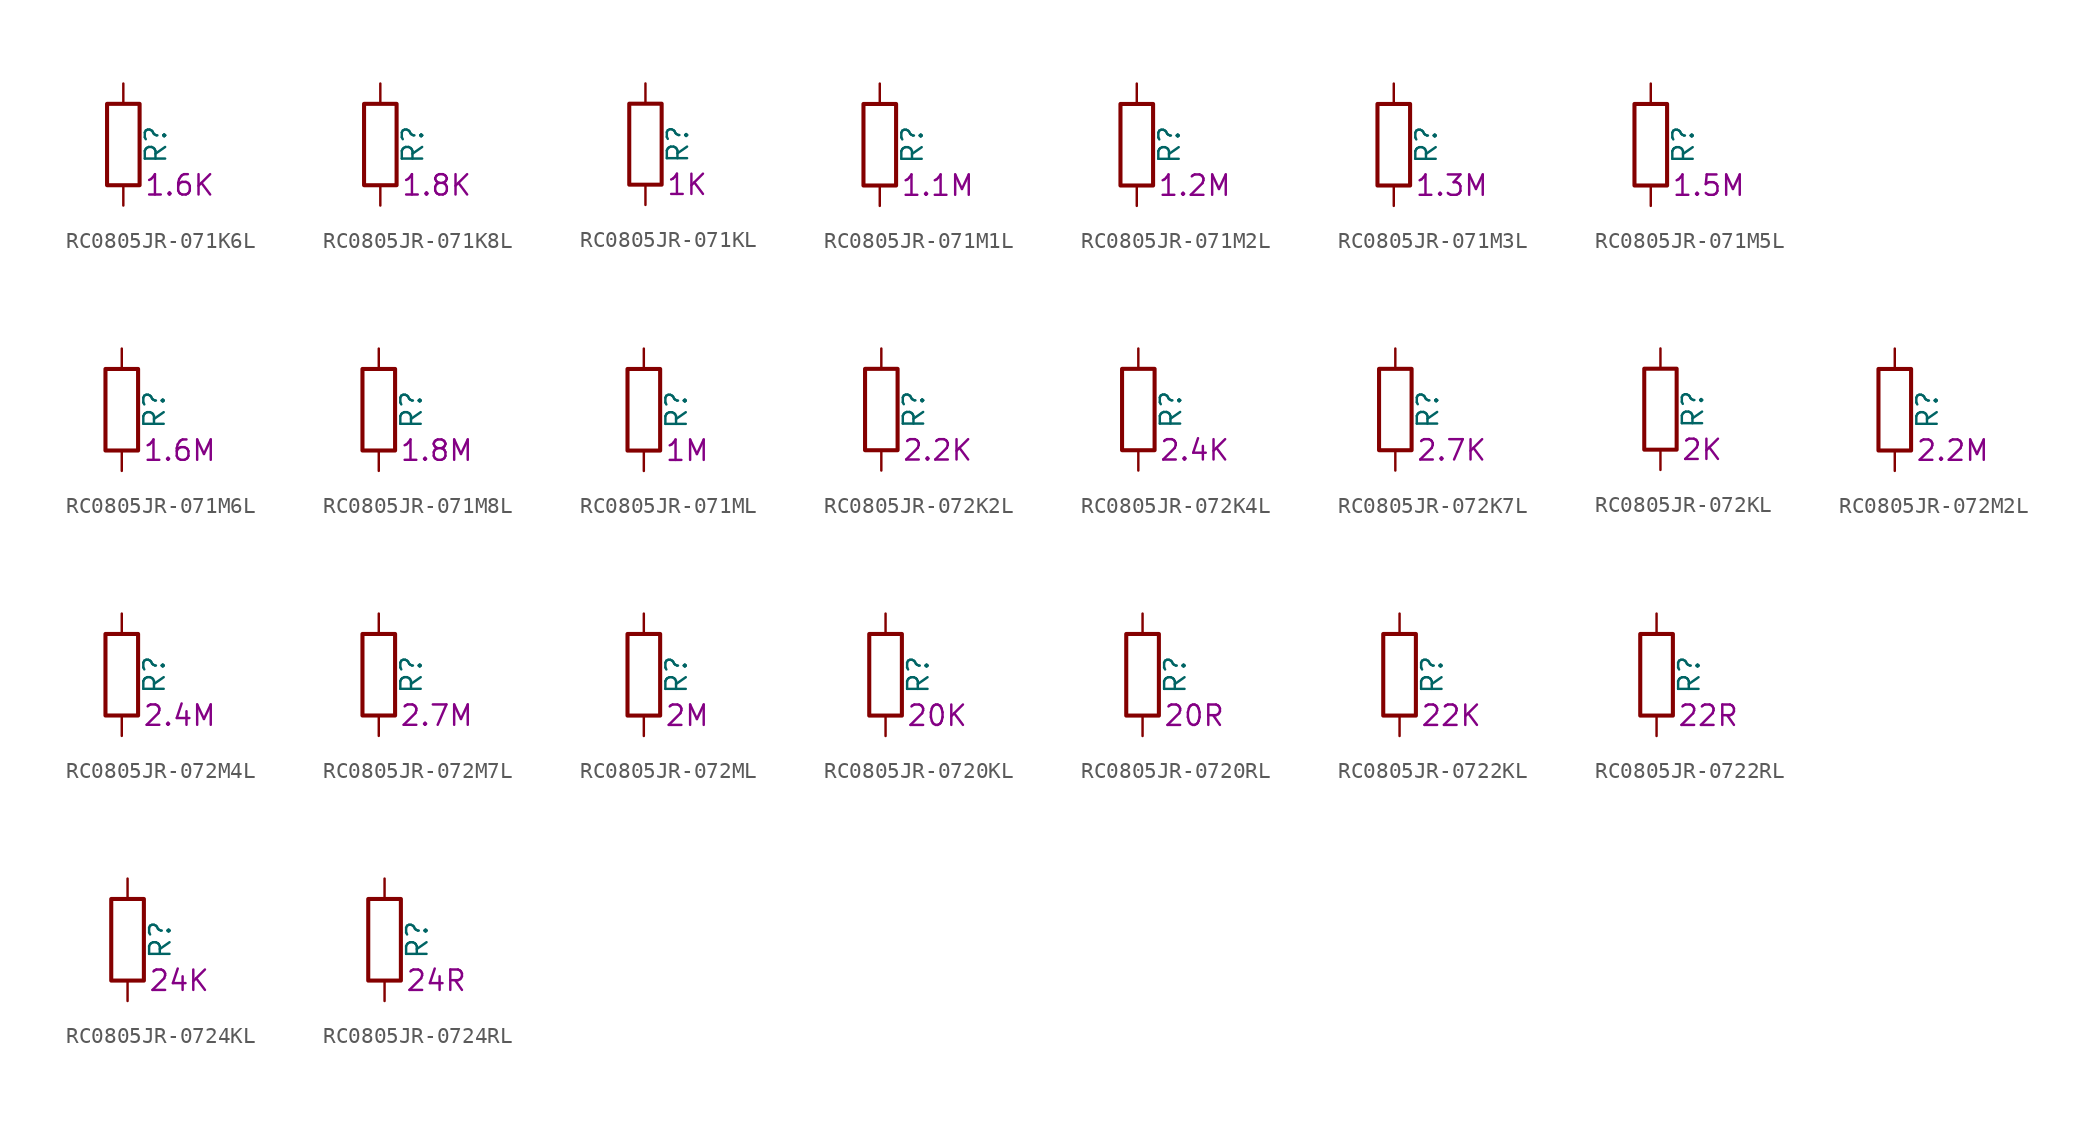
<source format=kicad_sym>
(kicad_symbol_lib
  (version 20220914)
  (generator kicad_symbol_editor)
  (symbol "RC0805JR-071K6L"
    (pin_numbers hide)
    (pin_names
      (offset 0))
    (property "Reference" "R"
      (at 2.032 0 90)
      (effects (font (size 1.27 1.27))))
    (property "Resistance" "1.6K"
      (at 1.27 -2.54 0)
      (effects (font (size 1.27 1.27)) (justify left)))
    (symbol "RC0805JR-071K6L_0_1"
      (rectangle (start -1.016 -2.54) (end 1.016 2.54) (stroke (width 0.254) (type default)) (fill (type none))))
    (symbol "RC0805JR-071K6L_1_1"
      (pin passive line (at 0 3.81 270) (length 1.27) (name "~" (effects (font (size 1.27 1.27)))) (number "1" (effects (font (size 1.27 1.27)))))
      (pin passive line (at 0 -3.81 90) (length 1.27) (name "~" (effects (font (size 1.27 1.27)))) (number "2" (effects (font (size 1.27 1.27)))))))
  (symbol "RC0805JR-071K8L"
    (pin_numbers hide)
    (pin_names
      (offset 0))
    (property "Reference" "R"
      (at 2.032 0 90)
      (effects (font (size 1.27 1.27))))
    (property "Resistance" "1.8K"
      (at 1.27 -2.54 0)
      (effects (font (size 1.27 1.27)) (justify left)))
    (symbol "RC0805JR-071K8L_0_1"
      (rectangle (start -1.016 -2.54) (end 1.016 2.54) (stroke (width 0.254) (type default)) (fill (type none))))
    (symbol "RC0805JR-071K8L_1_1"
      (pin passive line (at 0 3.81 270) (length 1.27) (name "~" (effects (font (size 1.27 1.27)))) (number "1" (effects (font (size 1.27 1.27)))))
      (pin passive line (at 0 -3.81 90) (length 1.27) (name "~" (effects (font (size 1.27 1.27)))) (number "2" (effects (font (size 1.27 1.27)))))))
  (symbol "RC0805JR-071KL"
    (pin_numbers hide)
    (pin_names
      (offset 0))
    (property "Reference" "R"
      (at 2.032 0 90)
      (effects (font (size 1.27 1.27))))
    (property "Resistance" "1K"
      (at 1.27 -2.54 0)
      (effects (font (size 1.27 1.27)) (justify left)))
    (symbol "RC0805JR-071KL_0_1"
      (rectangle (start -1.016 -2.54) (end 1.016 2.54) (stroke (width 0.254) (type default)) (fill (type none))))
    (symbol "RC0805JR-071KL_1_1"
      (pin passive line (at 0 3.81 270) (length 1.27) (name "~" (effects (font (size 1.27 1.27)))) (number "1" (effects (font (size 1.27 1.27)))))
      (pin passive line (at 0 -3.81 90) (length 1.27) (name "~" (effects (font (size 1.27 1.27)))) (number "2" (effects (font (size 1.27 1.27)))))))
  (symbol "RC0805JR-071M1L"
    (pin_numbers hide)
    (pin_names
      (offset 0))
    (property "Reference" "R"
      (at 2.032 0 90)
      (effects (font (size 1.27 1.27))))
    (property "Resistance" "1.1M"
      (at 1.27 -2.54 0)
      (effects (font (size 1.27 1.27)) (justify left)))
    (symbol "RC0805JR-071M1L_0_1"
      (rectangle (start -1.016 -2.54) (end 1.016 2.54) (stroke (width 0.254) (type default)) (fill (type none))))
    (symbol "RC0805JR-071M1L_1_1"
      (pin passive line (at 0 3.81 270) (length 1.27) (name "~" (effects (font (size 1.27 1.27)))) (number "1" (effects (font (size 1.27 1.27)))))
      (pin passive line (at 0 -3.81 90) (length 1.27) (name "~" (effects (font (size 1.27 1.27)))) (number "2" (effects (font (size 1.27 1.27)))))))
  (symbol "RC0805JR-071M2L"
    (pin_numbers hide)
    (pin_names
      (offset 0))
    (property "Reference" "R"
      (at 2.032 0 90)
      (effects (font (size 1.27 1.27))))
    (property "Resistance" "1.2M"
      (at 1.27 -2.54 0)
      (effects (font (size 1.27 1.27)) (justify left)))
    (symbol "RC0805JR-071M2L_0_1"
      (rectangle (start -1.016 -2.54) (end 1.016 2.54) (stroke (width 0.254) (type default)) (fill (type none))))
    (symbol "RC0805JR-071M2L_1_1"
      (pin passive line (at 0 3.81 270) (length 1.27) (name "~" (effects (font (size 1.27 1.27)))) (number "1" (effects (font (size 1.27 1.27)))))
      (pin passive line (at 0 -3.81 90) (length 1.27) (name "~" (effects (font (size 1.27 1.27)))) (number "2" (effects (font (size 1.27 1.27)))))))
  (symbol "RC0805JR-071M3L"
    (pin_numbers hide)
    (pin_names
      (offset 0))
    (property "Reference" "R"
      (at 2.032 0 90)
      (effects (font (size 1.27 1.27))))
    (property "Resistance" "1.3M"
      (at 1.27 -2.54 0)
      (effects (font (size 1.27 1.27)) (justify left)))
    (symbol "RC0805JR-071M3L_0_1"
      (rectangle (start -1.016 -2.54) (end 1.016 2.54) (stroke (width 0.254) (type default)) (fill (type none))))
    (symbol "RC0805JR-071M3L_1_1"
      (pin passive line (at 0 3.81 270) (length 1.27) (name "~" (effects (font (size 1.27 1.27)))) (number "1" (effects (font (size 1.27 1.27)))))
      (pin passive line (at 0 -3.81 90) (length 1.27) (name "~" (effects (font (size 1.27 1.27)))) (number "2" (effects (font (size 1.27 1.27)))))))
  (symbol "RC0805JR-071M5L"
    (pin_numbers hide)
    (pin_names
      (offset 0))
    (property "Reference" "R"
      (at 2.032 0 90)
      (effects (font (size 1.27 1.27))))
    (property "Resistance" "1.5M"
      (at 1.27 -2.54 0)
      (effects (font (size 1.27 1.27)) (justify left)))
    (symbol "RC0805JR-071M5L_0_1"
      (rectangle (start -1.016 -2.54) (end 1.016 2.54) (stroke (width 0.254) (type default)) (fill (type none))))
    (symbol "RC0805JR-071M5L_1_1"
      (pin passive line (at 0 3.81 270) (length 1.27) (name "~" (effects (font (size 1.27 1.27)))) (number "1" (effects (font (size 1.27 1.27)))))
      (pin passive line (at 0 -3.81 90) (length 1.27) (name "~" (effects (font (size 1.27 1.27)))) (number "2" (effects (font (size 1.27 1.27)))))))
  (symbol "RC0805JR-071M6L"
    (pin_numbers hide)
    (pin_names
      (offset 0))
    (property "Reference" "R"
      (at 2.032 0 90)
      (effects (font (size 1.27 1.27))))
    (property "Resistance" "1.6M"
      (at 1.27 -2.54 0)
      (effects (font (size 1.27 1.27)) (justify left)))
    (symbol "RC0805JR-071M6L_0_1"
      (rectangle (start -1.016 -2.54) (end 1.016 2.54) (stroke (width 0.254) (type default)) (fill (type none))))
    (symbol "RC0805JR-071M6L_1_1"
      (pin passive line (at 0 3.81 270) (length 1.27) (name "~" (effects (font (size 1.27 1.27)))) (number "1" (effects (font (size 1.27 1.27)))))
      (pin passive line (at 0 -3.81 90) (length 1.27) (name "~" (effects (font (size 1.27 1.27)))) (number "2" (effects (font (size 1.27 1.27)))))))
  (symbol "RC0805JR-071M8L"
    (pin_numbers hide)
    (pin_names
      (offset 0))
    (property "Reference" "R"
      (at 2.032 0 90)
      (effects (font (size 1.27 1.27))))
    (property "Resistance" "1.8M"
      (at 1.27 -2.54 0)
      (effects (font (size 1.27 1.27)) (justify left)))
    (symbol "RC0805JR-071M8L_0_1"
      (rectangle (start -1.016 -2.54) (end 1.016 2.54) (stroke (width 0.254) (type default)) (fill (type none))))
    (symbol "RC0805JR-071M8L_1_1"
      (pin passive line (at 0 3.81 270) (length 1.27) (name "~" (effects (font (size 1.27 1.27)))) (number "1" (effects (font (size 1.27 1.27)))))
      (pin passive line (at 0 -3.81 90) (length 1.27) (name "~" (effects (font (size 1.27 1.27)))) (number "2" (effects (font (size 1.27 1.27)))))))
  (symbol "RC0805JR-071ML"
    (pin_numbers hide)
    (pin_names
      (offset 0))
    (property "Reference" "R"
      (at 2.032 0 90)
      (effects (font (size 1.27 1.27))))
    (property "Resistance" "1M"
      (at 1.27 -2.54 0)
      (effects (font (size 1.27 1.27)) (justify left)))
    (symbol "RC0805JR-071ML_0_1"
      (rectangle (start -1.016 -2.54) (end 1.016 2.54) (stroke (width 0.254) (type default)) (fill (type none))))
    (symbol "RC0805JR-071ML_1_1"
      (pin passive line (at 0 3.81 270) (length 1.27) (name "~" (effects (font (size 1.27 1.27)))) (number "1" (effects (font (size 1.27 1.27)))))
      (pin passive line (at 0 -3.81 90) (length 1.27) (name "~" (effects (font (size 1.27 1.27)))) (number "2" (effects (font (size 1.27 1.27)))))))
  (symbol "RC0805JR-072K2L"
    (pin_numbers hide)
    (pin_names
      (offset 0))
    (property "Reference" "R"
      (at 2.032 0 90)
      (effects (font (size 1.27 1.27))))
    (property "Resistance" "2.2K"
      (at 1.27 -2.54 0)
      (effects (font (size 1.27 1.27)) (justify left)))
    (symbol "RC0805JR-072K2L_0_1"
      (rectangle (start -1.016 -2.54) (end 1.016 2.54) (stroke (width 0.254) (type default)) (fill (type none))))
    (symbol "RC0805JR-072K2L_1_1"
      (pin passive line (at 0 3.81 270) (length 1.27) (name "~" (effects (font (size 1.27 1.27)))) (number "1" (effects (font (size 1.27 1.27)))))
      (pin passive line (at 0 -3.81 90) (length 1.27) (name "~" (effects (font (size 1.27 1.27)))) (number "2" (effects (font (size 1.27 1.27)))))))
  (symbol "RC0805JR-072K4L"
    (pin_numbers hide)
    (pin_names
      (offset 0))
    (property "Reference" "R"
      (at 2.032 0 90)
      (effects (font (size 1.27 1.27))))
    (property "Resistance" "2.4K"
      (at 1.27 -2.54 0)
      (effects (font (size 1.27 1.27)) (justify left)))
    (symbol "RC0805JR-072K4L_0_1"
      (rectangle (start -1.016 -2.54) (end 1.016 2.54) (stroke (width 0.254) (type default)) (fill (type none))))
    (symbol "RC0805JR-072K4L_1_1"
      (pin passive line (at 0 3.81 270) (length 1.27) (name "~" (effects (font (size 1.27 1.27)))) (number "1" (effects (font (size 1.27 1.27)))))
      (pin passive line (at 0 -3.81 90) (length 1.27) (name "~" (effects (font (size 1.27 1.27)))) (number "2" (effects (font (size 1.27 1.27)))))))
  (symbol "RC0805JR-072K7L"
    (pin_numbers hide)
    (pin_names
      (offset 0))
    (property "Reference" "R"
      (at 2.032 0 90)
      (effects (font (size 1.27 1.27))))
    (property "Resistance" "2.7K"
      (at 1.27 -2.54 0)
      (effects (font (size 1.27 1.27)) (justify left)))
    (symbol "RC0805JR-072K7L_0_1"
      (rectangle (start -1.016 -2.54) (end 1.016 2.54) (stroke (width 0.254) (type default)) (fill (type none))))
    (symbol "RC0805JR-072K7L_1_1"
      (pin passive line (at 0 3.81 270) (length 1.27) (name "~" (effects (font (size 1.27 1.27)))) (number "1" (effects (font (size 1.27 1.27)))))
      (pin passive line (at 0 -3.81 90) (length 1.27) (name "~" (effects (font (size 1.27 1.27)))) (number "2" (effects (font (size 1.27 1.27)))))))
  (symbol "RC0805JR-072KL"
    (pin_numbers hide)
    (pin_names
      (offset 0))
    (property "Reference" "R"
      (at 2.032 0 90)
      (effects (font (size 1.27 1.27))))
    (property "Resistance" "2K"
      (at 1.27 -2.54 0)
      (effects (font (size 1.27 1.27)) (justify left)))
    (symbol "RC0805JR-072KL_0_1"
      (rectangle (start -1.016 -2.54) (end 1.016 2.54) (stroke (width 0.254) (type default)) (fill (type none))))
    (symbol "RC0805JR-072KL_1_1"
      (pin passive line (at 0 3.81 270) (length 1.27) (name "~" (effects (font (size 1.27 1.27)))) (number "1" (effects (font (size 1.27 1.27)))))
      (pin passive line (at 0 -3.81 90) (length 1.27) (name "~" (effects (font (size 1.27 1.27)))) (number "2" (effects (font (size 1.27 1.27)))))))
  (symbol "RC0805JR-072M2L"
    (pin_numbers hide)
    (pin_names
      (offset 0))
    (property "Reference" "R"
      (at 2.032 0 90)
      (effects (font (size 1.27 1.27))))
    (property "Resistance" "2.2M"
      (at 1.27 -2.54 0)
      (effects (font (size 1.27 1.27)) (justify left)))
    (symbol "RC0805JR-072M2L_0_1"
      (rectangle (start -1.016 -2.54) (end 1.016 2.54) (stroke (width 0.254) (type default)) (fill (type none))))
    (symbol "RC0805JR-072M2L_1_1"
      (pin passive line (at 0 3.81 270) (length 1.27) (name "~" (effects (font (size 1.27 1.27)))) (number "1" (effects (font (size 1.27 1.27)))))
      (pin passive line (at 0 -3.81 90) (length 1.27) (name "~" (effects (font (size 1.27 1.27)))) (number "2" (effects (font (size 1.27 1.27)))))))
  (symbol "RC0805JR-072M4L"
    (pin_numbers hide)
    (pin_names
      (offset 0))
    (property "Reference" "R"
      (at 2.032 0 90)
      (effects (font (size 1.27 1.27))))
    (property "Resistance" "2.4M"
      (at 1.27 -2.54 0)
      (effects (font (size 1.27 1.27)) (justify left)))
    (symbol "RC0805JR-072M4L_0_1"
      (rectangle (start -1.016 -2.54) (end 1.016 2.54) (stroke (width 0.254) (type default)) (fill (type none))))
    (symbol "RC0805JR-072M4L_1_1"
      (pin passive line (at 0 3.81 270) (length 1.27) (name "~" (effects (font (size 1.27 1.27)))) (number "1" (effects (font (size 1.27 1.27)))))
      (pin passive line (at 0 -3.81 90) (length 1.27) (name "~" (effects (font (size 1.27 1.27)))) (number "2" (effects (font (size 1.27 1.27)))))))
  (symbol "RC0805JR-072M7L"
    (pin_numbers hide)
    (pin_names
      (offset 0))
    (property "Reference" "R"
      (at 2.032 0 90)
      (effects (font (size 1.27 1.27))))
    (property "Resistance" "2.7M"
      (at 1.27 -2.54 0)
      (effects (font (size 1.27 1.27)) (justify left)))
    (symbol "RC0805JR-072M7L_0_1"
      (rectangle (start -1.016 -2.54) (end 1.016 2.54) (stroke (width 0.254) (type default)) (fill (type none))))
    (symbol "RC0805JR-072M7L_1_1"
      (pin passive line (at 0 3.81 270) (length 1.27) (name "~" (effects (font (size 1.27 1.27)))) (number "1" (effects (font (size 1.27 1.27)))))
      (pin passive line (at 0 -3.81 90) (length 1.27) (name "~" (effects (font (size 1.27 1.27)))) (number "2" (effects (font (size 1.27 1.27)))))))
  (symbol "RC0805JR-072ML"
    (pin_numbers hide)
    (pin_names
      (offset 0))
    (property "Reference" "R"
      (at 2.032 0 90)
      (effects (font (size 1.27 1.27))))
    (property "Resistance" "2M"
      (at 1.27 -2.54 0)
      (effects (font (size 1.27 1.27)) (justify left)))
    (symbol "RC0805JR-072ML_0_1"
      (rectangle (start -1.016 -2.54) (end 1.016 2.54) (stroke (width 0.254) (type default)) (fill (type none))))
    (symbol "RC0805JR-072ML_1_1"
      (pin passive line (at 0 3.81 270) (length 1.27) (name "~" (effects (font (size 1.27 1.27)))) (number "1" (effects (font (size 1.27 1.27)))))
      (pin passive line (at 0 -3.81 90) (length 1.27) (name "~" (effects (font (size 1.27 1.27)))) (number "2" (effects (font (size 1.27 1.27)))))))
  (symbol "RC0805JR-0720KL"
    (pin_numbers hide)
    (pin_names
      (offset 0))
    (property "Reference" "R"
      (at 2.032 0 90)
      (effects (font (size 1.27 1.27))))
    (property "Resistance" "20K"
      (at 1.27 -2.54 0)
      (effects (font (size 1.27 1.27)) (justify left)))
    (symbol "RC0805JR-0720KL_0_1"
      (rectangle (start -1.016 -2.54) (end 1.016 2.54) (stroke (width 0.254) (type default)) (fill (type none))))
    (symbol "RC0805JR-0720KL_1_1"
      (pin passive line (at 0 3.81 270) (length 1.27) (name "~" (effects (font (size 1.27 1.27)))) (number "1" (effects (font (size 1.27 1.27)))))
      (pin passive line (at 0 -3.81 90) (length 1.27) (name "~" (effects (font (size 1.27 1.27)))) (number "2" (effects (font (size 1.27 1.27)))))))
  (symbol "RC0805JR-0720RL"
    (pin_numbers hide)
    (pin_names
      (offset 0))
    (property "Reference" "R"
      (at 2.032 0 90)
      (effects (font (size 1.27 1.27))))
    (property "Resistance" "20R"
      (at 1.27 -2.54 0)
      (effects (font (size 1.27 1.27)) (justify left)))
    (symbol "RC0805JR-0720RL_0_1"
      (rectangle (start -1.016 -2.54) (end 1.016 2.54) (stroke (width 0.254) (type default)) (fill (type none))))
    (symbol "RC0805JR-0720RL_1_1"
      (pin passive line (at 0 3.81 270) (length 1.27) (name "~" (effects (font (size 1.27 1.27)))) (number "1" (effects (font (size 1.27 1.27)))))
      (pin passive line (at 0 -3.81 90) (length 1.27) (name "~" (effects (font (size 1.27 1.27)))) (number "2" (effects (font (size 1.27 1.27)))))))
  (symbol "RC0805JR-0722KL"
    (pin_numbers hide)
    (pin_names
      (offset 0))
    (property "Reference" "R"
      (at 2.032 0 90)
      (effects (font (size 1.27 1.27))))
    (property "Resistance" "22K"
      (at 1.27 -2.54 0)
      (effects (font (size 1.27 1.27)) (justify left)))
    (symbol "RC0805JR-0722KL_0_1"
      (rectangle (start -1.016 -2.54) (end 1.016 2.54) (stroke (width 0.254) (type default)) (fill (type none))))
    (symbol "RC0805JR-0722KL_1_1"
      (pin passive line (at 0 3.81 270) (length 1.27) (name "~" (effects (font (size 1.27 1.27)))) (number "1" (effects (font (size 1.27 1.27)))))
      (pin passive line (at 0 -3.81 90) (length 1.27) (name "~" (effects (font (size 1.27 1.27)))) (number "2" (effects (font (size 1.27 1.27)))))))
  (symbol "RC0805JR-0722RL"
    (pin_numbers hide)
    (pin_names
      (offset 0))
    (property "Reference" "R"
      (at 2.032 0 90)
      (effects (font (size 1.27 1.27))))
    (property "Resistance" "22R"
      (at 1.27 -2.54 0)
      (effects (font (size 1.27 1.27)) (justify left)))
    (symbol "RC0805JR-0722RL_0_1"
      (rectangle (start -1.016 -2.54) (end 1.016 2.54) (stroke (width 0.254) (type default)) (fill (type none))))
    (symbol "RC0805JR-0722RL_1_1"
      (pin passive line (at 0 3.81 270) (length 1.27) (name "~" (effects (font (size 1.27 1.27)))) (number "1" (effects (font (size 1.27 1.27)))))
      (pin passive line (at 0 -3.81 90) (length 1.27) (name "~" (effects (font (size 1.27 1.27)))) (number "2" (effects (font (size 1.27 1.27)))))))
  (symbol "RC0805JR-0724KL"
    (pin_numbers hide)
    (pin_names
      (offset 0))
    (property "Reference" "R"
      (at 2.032 0 90)
      (effects (font (size 1.27 1.27))))
    (property "Resistance" "24K"
      (at 1.27 -2.54 0)
      (effects (font (size 1.27 1.27)) (justify left)))
    (symbol "RC0805JR-0724KL_0_1"
      (rectangle (start -1.016 -2.54) (end 1.016 2.54) (stroke (width 0.254) (type default)) (fill (type none))))
    (symbol "RC0805JR-0724KL_1_1"
      (pin passive line (at 0 3.81 270) (length 1.27) (name "~" (effects (font (size 1.27 1.27)))) (number "1" (effects (font (size 1.27 1.27)))))
      (pin passive line (at 0 -3.81 90) (length 1.27) (name "~" (effects (font (size 1.27 1.27)))) (number "2" (effects (font (size 1.27 1.27)))))))
  (symbol "RC0805JR-0724RL"
    (pin_numbers hide)
    (pin_names
      (offset 0))
    (property "Reference" "R"
      (at 2.032 0 90)
      (effects (font (size 1.27 1.27))))
    (property "Resistance" "24R"
      (at 1.27 -2.54 0)
      (effects (font (size 1.27 1.27)) (justify left)))
    (symbol "RC0805JR-0724RL_0_1"
      (rectangle (start -1.016 -2.54) (end 1.016 2.54) (stroke (width 0.254) (type default)) (fill (type none))))
    (symbol "RC0805JR-0724RL_1_1"
      (pin passive line (at 0 3.81 270) (length 1.27) (name "~" (effects (font (size 1.27 1.27)))) (number "1" (effects (font (size 1.27 1.27)))))
      (pin passive line (at 0 -3.81 90) (length 1.27) (name "~" (effects (font (size 1.27 1.27)))) (number "2" (effects (font (size 1.27 1.27))))))))
</source>
